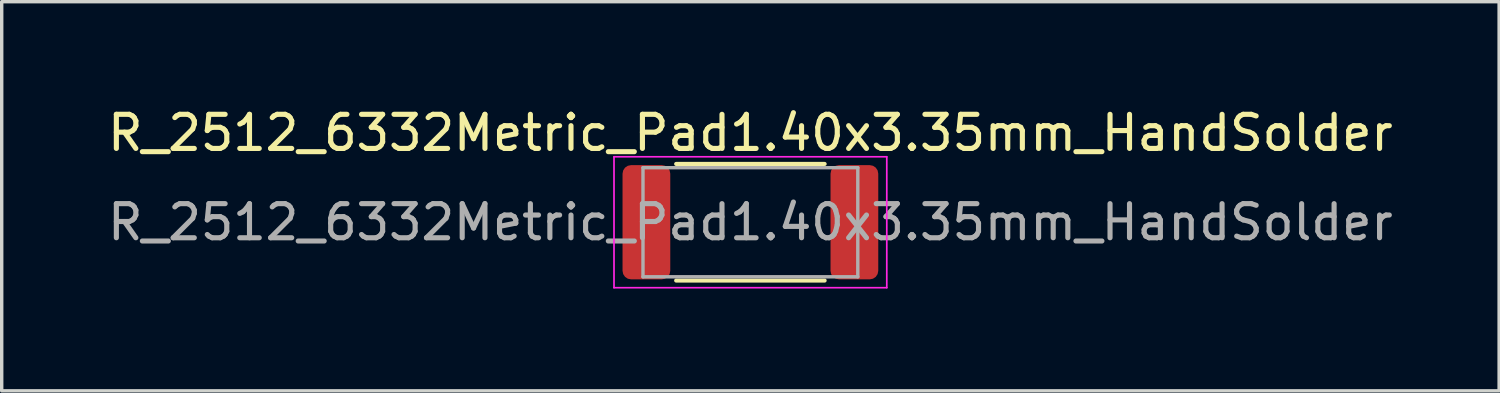
<source format=kicad_pcb>
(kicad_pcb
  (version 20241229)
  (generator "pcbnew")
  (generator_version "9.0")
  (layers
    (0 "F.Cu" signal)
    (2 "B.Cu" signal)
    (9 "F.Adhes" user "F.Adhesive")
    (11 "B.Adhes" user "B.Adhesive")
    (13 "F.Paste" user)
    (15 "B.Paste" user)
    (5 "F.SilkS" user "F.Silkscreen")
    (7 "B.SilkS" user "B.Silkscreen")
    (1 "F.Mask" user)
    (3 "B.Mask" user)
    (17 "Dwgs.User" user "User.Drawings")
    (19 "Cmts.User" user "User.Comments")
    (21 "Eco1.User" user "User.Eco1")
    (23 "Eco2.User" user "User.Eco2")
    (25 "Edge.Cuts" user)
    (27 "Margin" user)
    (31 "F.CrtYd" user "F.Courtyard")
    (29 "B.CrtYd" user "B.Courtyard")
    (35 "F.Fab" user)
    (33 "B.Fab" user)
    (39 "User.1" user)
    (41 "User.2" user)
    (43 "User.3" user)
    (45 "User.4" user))
  (footprint "R_2512_6332Metric_Pad1.40x3.35mm_HandSolder"
    (layer "F.Cu")
    (at 18.958 3.468)
    (property "Reference" "R_2512_6332Metric_Pad1.40x3.35mm_HandSolder" (at 0 -2.62 0) (layer "F.SilkS") (effects (font (size 1 1) (thickness 0.15))))
    (attr smd)
    (fp_line (start -2.177 -1.71) (end 2.177 -1.71) (stroke (width 0.12) (type solid)) (layer "F.SilkS"))
    (fp_line (start -2.177 1.71) (end 2.177 1.71) (stroke (width 0.12) (type solid)) (layer "F.SilkS"))
    (fp_line (start -4 -1.92) (end 4 -1.92) (stroke (width 0.05) (type solid)) (layer "F.CrtYd"))
    (fp_line (start -4 1.92) (end -4 -1.92) (stroke (width 0.05) (type solid)) (layer "F.CrtYd"))
    (fp_line (start 4 -1.92) (end 4 1.92) (stroke (width 0.05) (type solid)) (layer "F.CrtYd"))
    (fp_line (start 4 1.92) (end -4 1.92) (stroke (width 0.05) (type solid)) (layer "F.CrtYd"))
    (fp_line (start -3.15 -1.6) (end 3.15 -1.6) (stroke (width 0.1) (type solid)) (layer "F.Fab"))
    (fp_line (start -3.15 1.6) (end -3.15 -1.6) (stroke (width 0.1) (type solid)) (layer "F.Fab"))
    (fp_line (start 3.15 -1.6) (end 3.15 1.6) (stroke (width 0.1) (type solid)) (layer "F.Fab"))
    (fp_line (start 3.15 1.6) (end -3.15 1.6) (stroke (width 0.1) (type solid)) (layer "F.Fab"))
    (fp_text user "${REFERENCE}" (at 0 0 0) (layer "F.Fab") (effects (font (size 1 1) (thickness 0.15))))
    (pad "1" smd roundrect (at -3.05 0) (size 1.4 3.35) (layers "F.Cu" "F.Mask" "F.Paste") (roundrect_rratio 0.179))
    (pad "2" smd roundrect (at 3.05 0) (size 1.4 3.35) (layers "F.Cu" "F.Mask" "F.Paste") (roundrect_rratio 0.179)))
  (gr_rect
    (start -3 -3)
    (end 40.917 8.413)
    (stroke (width 0.1) (type default))
    (fill no)
    (layer "Edge.Cuts")))
</source>
